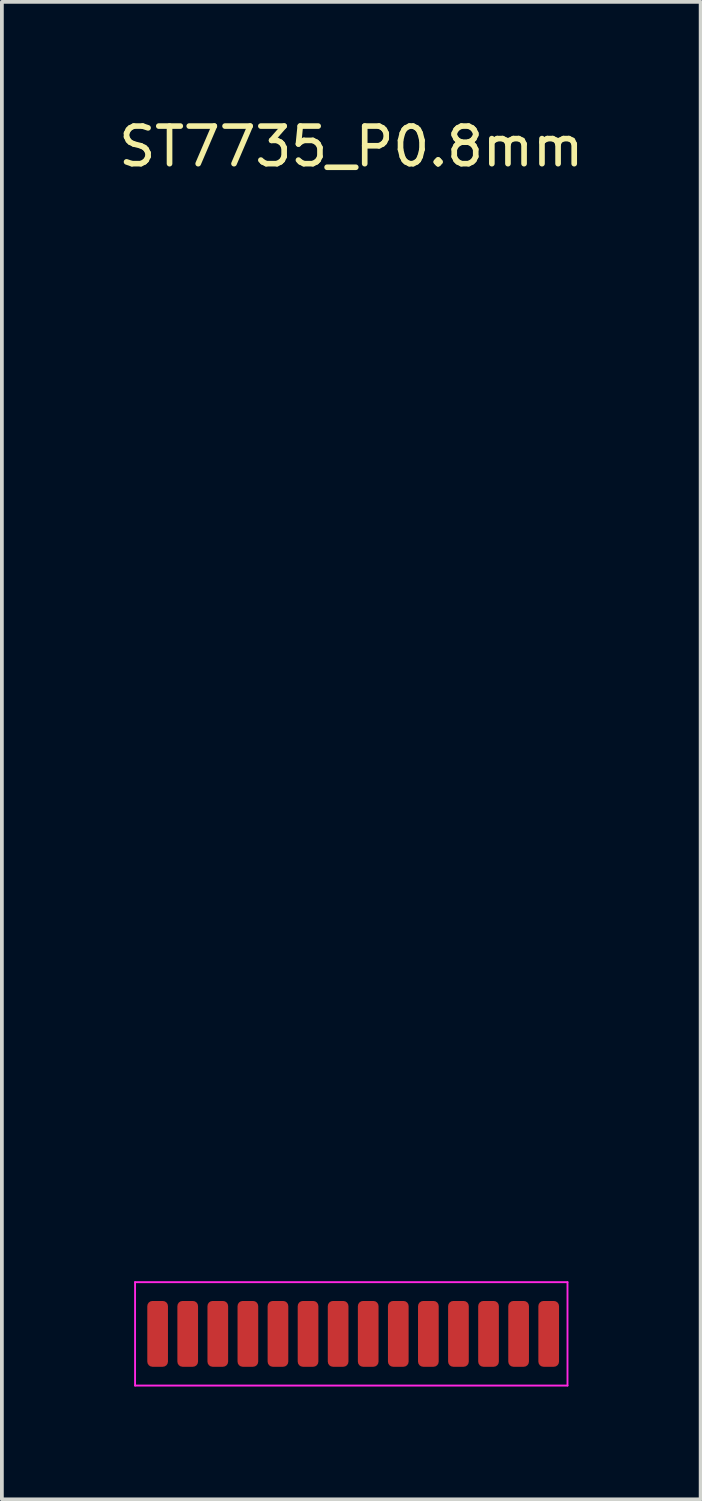
<source format=kicad_pcb>
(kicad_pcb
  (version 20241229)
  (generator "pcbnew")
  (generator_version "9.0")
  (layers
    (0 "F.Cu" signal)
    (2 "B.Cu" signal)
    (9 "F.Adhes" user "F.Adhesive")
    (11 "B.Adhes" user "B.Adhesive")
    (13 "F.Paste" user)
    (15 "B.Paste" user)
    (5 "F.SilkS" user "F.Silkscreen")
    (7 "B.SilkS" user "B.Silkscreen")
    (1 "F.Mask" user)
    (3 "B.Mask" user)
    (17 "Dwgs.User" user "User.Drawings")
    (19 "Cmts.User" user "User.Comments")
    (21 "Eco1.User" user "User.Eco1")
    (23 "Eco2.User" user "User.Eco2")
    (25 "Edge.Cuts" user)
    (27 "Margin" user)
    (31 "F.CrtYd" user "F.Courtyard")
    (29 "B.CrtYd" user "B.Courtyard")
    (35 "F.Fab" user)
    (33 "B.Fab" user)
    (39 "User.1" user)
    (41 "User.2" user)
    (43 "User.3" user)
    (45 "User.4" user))
  (footprint "ST7735_P0.8mm"
    (layer "F.Cu")
    (at 6.292 17.798)
    (property "Reference" "ST7735_P0.8mm" (at 0 -16.95 0) (layer "F.SilkS") (effects (font (size 1 1) (thickness 0.15))))
    (attr smd)
    (fp_line (start -5.75 16) (end -5.75 13.25) (stroke (width 0.05) (type solid)) (layer "F.CrtYd"))
    (fp_line (start 5.75 13.25) (end -5.75 13.25) (stroke (width 0.05) (type solid)) (layer "F.CrtYd"))
    (fp_line (start 5.75 13.25) (end 5.75 16) (stroke (width 0.05) (type solid)) (layer "F.CrtYd"))
    (fp_line (start 5.75 16) (end -5.75 16) (stroke (width 0.05) (type solid)) (layer "F.CrtYd"))
    (pad "1" smd roundrect (at -5.15 14.625 90) (size 1.75 0.55) (layers "F.Cu" "F.Mask" "F.Paste") (roundrect_rratio 0.25))
    (pad "2" smd roundrect (at -4.35 14.625 90) (size 1.75 0.55) (layers "F.Cu" "F.Mask" "F.Paste") (roundrect_rratio 0.25))
    (pad "3" smd roundrect (at -3.55 14.625 90) (size 1.75 0.55) (layers "F.Cu" "F.Mask" "F.Paste") (roundrect_rratio 0.25))
    (pad "4" smd roundrect (at -2.75 14.625 90) (size 1.75 0.55) (layers "F.Cu" "F.Mask" "F.Paste") (roundrect_rratio 0.25))
    (pad "5" smd roundrect (at -1.95 14.625 90) (size 1.75 0.55) (layers "F.Cu" "F.Mask" "F.Paste") (roundrect_rratio 0.25))
    (pad "6" smd roundrect (at -1.15 14.625 90) (size 1.75 0.55) (layers "F.Cu" "F.Mask" "F.Paste") (roundrect_rratio 0.25))
    (pad "7" smd roundrect (at -0.35 14.625 90) (size 1.75 0.55) (layers "F.Cu" "F.Mask" "F.Paste") (roundrect_rratio 0.25))
    (pad "8" smd roundrect (at 0.45 14.625 90) (size 1.75 0.55) (layers "F.Cu" "F.Mask" "F.Paste") (roundrect_rratio 0.25))
    (pad "9" smd roundrect (at 1.25 14.625 90) (size 1.75 0.55) (layers "F.Cu" "F.Mask" "F.Paste") (roundrect_rratio 0.25))
    (pad "10" smd roundrect (at 2.05 14.625 90) (size 1.75 0.55) (layers "F.Cu" "F.Mask" "F.Paste") (roundrect_rratio 0.25))
    (pad "11" smd roundrect (at 2.85 14.625 90) (size 1.75 0.55) (layers "F.Cu" "F.Mask" "F.Paste") (roundrect_rratio 0.25))
    (pad "12" smd roundrect (at 3.65 14.625 90) (size 1.75 0.55) (layers "F.Cu" "F.Mask" "F.Paste") (roundrect_rratio 0.25))
    (pad "13" smd roundrect (at 4.45 14.625 90) (size 1.75 0.55) (layers "F.Cu" "F.Mask" "F.Paste") (roundrect_rratio 0.25))
    (pad "14" smd roundrect (at 5.25 14.625 90) (size 1.75 0.55) (layers "F.Cu" "F.Mask" "F.Paste") (roundrect_rratio 0.25)))
  (gr_rect
    (start -3 -3)
    (end 15.583 36.823)
    (stroke (width 0.1) (type default))
    (fill no)
    (layer "Edge.Cuts")))
</source>
